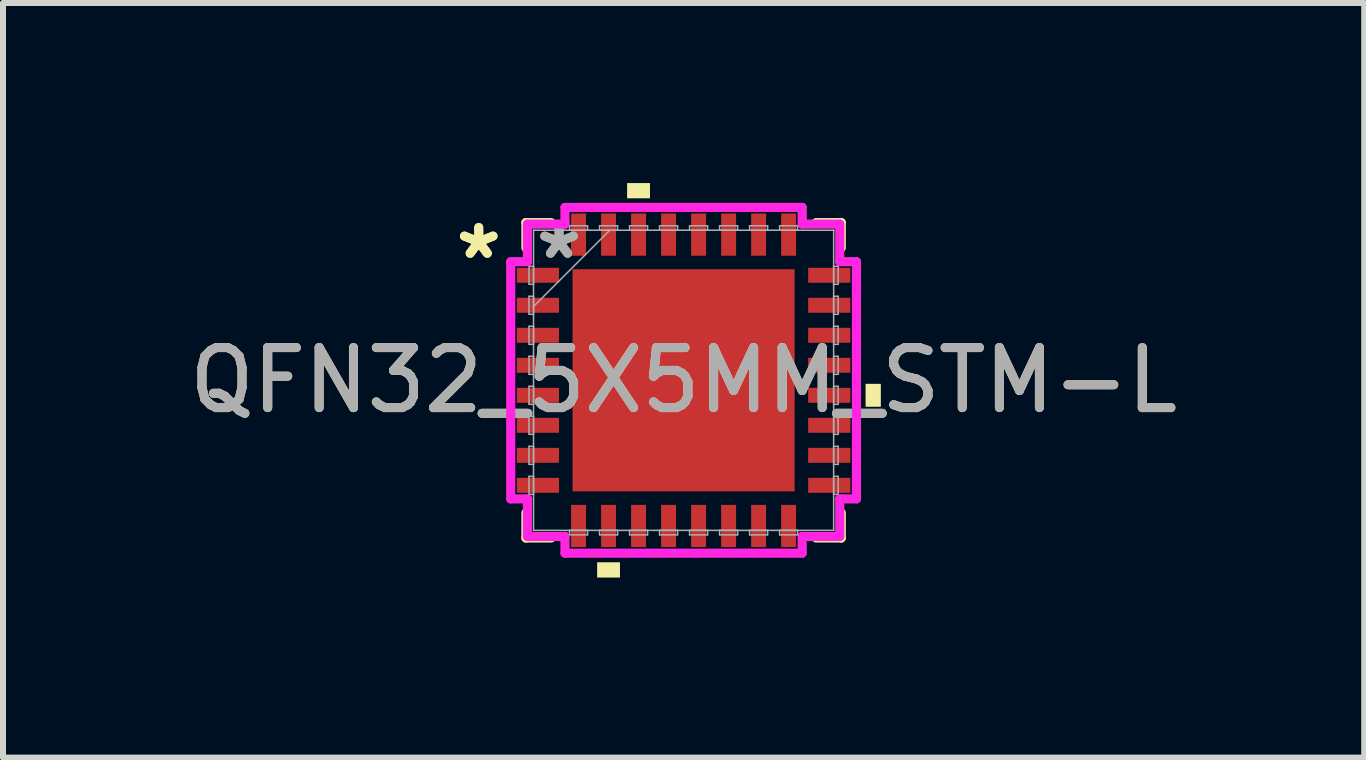
<source format=kicad_pcb>
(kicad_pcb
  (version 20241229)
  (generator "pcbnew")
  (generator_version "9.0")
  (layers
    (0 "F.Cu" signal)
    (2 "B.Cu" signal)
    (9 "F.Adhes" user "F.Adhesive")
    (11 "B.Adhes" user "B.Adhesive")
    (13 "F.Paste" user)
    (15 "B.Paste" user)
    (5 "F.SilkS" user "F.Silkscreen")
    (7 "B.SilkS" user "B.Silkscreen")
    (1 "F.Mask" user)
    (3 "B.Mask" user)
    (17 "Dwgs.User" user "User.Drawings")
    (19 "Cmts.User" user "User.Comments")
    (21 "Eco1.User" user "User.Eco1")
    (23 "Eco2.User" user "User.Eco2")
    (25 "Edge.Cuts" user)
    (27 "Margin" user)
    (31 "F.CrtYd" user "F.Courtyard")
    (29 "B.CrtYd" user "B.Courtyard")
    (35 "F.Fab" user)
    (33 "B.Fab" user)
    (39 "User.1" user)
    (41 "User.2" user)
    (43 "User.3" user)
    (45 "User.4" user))
  (footprint "QFN32_5X5MM_STM-L"
    (layer "F.Cu")
    (at 8.339 3.286)
    (property "Reference" "QFN32_5X5MM_STM-L" (at 0 0 0) (unlocked yes) (layer "F.SilkS") (effects (font (size 1 1) (thickness 0.15))))
    (attr smd)
    (fp_line (start -2.627 -2.627) (end -2.627 -2.207) (stroke (width 0.152) (type solid)) (layer "F.SilkS"))
    (fp_line (start -2.627 2.207) (end -2.627 2.627) (stroke (width 0.152) (type solid)) (layer "F.SilkS"))
    (fp_line (start -2.627 2.627) (end -2.207 2.627) (stroke (width 0.152) (type solid)) (layer "F.SilkS"))
    (fp_line (start -2.207 -2.627) (end -2.627 -2.627) (stroke (width 0.152) (type solid)) (layer "F.SilkS"))
    (fp_line (start 2.207 2.627) (end 2.627 2.627) (stroke (width 0.152) (type solid)) (layer "F.SilkS"))
    (fp_line (start 2.627 -2.627) (end 2.207 -2.627) (stroke (width 0.152) (type solid)) (layer "F.SilkS"))
    (fp_line (start 2.627 -2.207) (end 2.627 -2.627) (stroke (width 0.152) (type solid)) (layer "F.SilkS"))
    (fp_line (start 2.627 2.627) (end 2.627 2.207) (stroke (width 0.152) (type solid)) (layer "F.SilkS"))
    (fp_poly (pts (xy -1.44 3.032) (xy -1.44 3.286) (xy -1.06 3.286) (xy -1.06 3.032)) (stroke (width 0) (type solid)) (fill yes) (layer "F.SilkS"))
    (fp_poly (pts (xy -0.941 -3.032) (xy -0.941 -3.286) (xy -0.56 -3.286) (xy -0.56 -3.032)) (stroke (width 0) (type solid)) (fill yes) (layer "F.SilkS"))
    (fp_poly (pts (xy 3.286 0.059) (xy 3.286 0.441) (xy 3.032 0.441) (xy 3.032 0.059)) (stroke (width 0) (type solid)) (fill yes) (layer "F.SilkS"))
    (fp_poly (pts (xy -1.75 -1.75) (xy -1.75 -0.1) (xy -0.1 -0.1) (xy -0.1 -1.75)) (stroke (width 0) (type solid)) (fill yes) (layer "F.Paste"))
    (fp_poly (pts (xy -1.75 0.1) (xy -1.75 1.75) (xy -0.1 1.75) (xy -0.1 0.1)) (stroke (width 0) (type solid)) (fill yes) (layer "F.Paste"))
    (fp_poly (pts (xy 0.1 -1.75) (xy 0.1 -0.1) (xy 1.75 -0.1) (xy 1.75 -1.75)) (stroke (width 0) (type solid)) (fill yes) (layer "F.Paste"))
    (fp_poly (pts (xy 0.1 0.1) (xy 0.1 1.75) (xy 1.75 1.75) (xy 1.75 0.1)) (stroke (width 0) (type solid)) (fill yes) (layer "F.Paste"))
    (fp_line (start -2.88 -1.976) (end -2.602 -1.976) (stroke (width 0.152) (type solid)) (layer "F.CrtYd"))
    (fp_line (start -2.88 1.976) (end -2.88 -1.976) (stroke (width 0.152) (type solid)) (layer "F.CrtYd"))
    (fp_line (start -2.602 -2.602) (end -1.976 -2.602) (stroke (width 0.152) (type solid)) (layer "F.CrtYd"))
    (fp_line (start -2.602 -1.976) (end -2.602 -2.602) (stroke (width 0.152) (type solid)) (layer "F.CrtYd"))
    (fp_line (start -2.602 1.976) (end -2.88 1.976) (stroke (width 0.152) (type solid)) (layer "F.CrtYd"))
    (fp_line (start -2.602 2.602) (end -2.602 1.976) (stroke (width 0.152) (type solid)) (layer "F.CrtYd"))
    (fp_line (start -1.976 -2.88) (end 1.976 -2.88) (stroke (width 0.152) (type solid)) (layer "F.CrtYd"))
    (fp_line (start -1.976 -2.602) (end -1.976 -2.88) (stroke (width 0.152) (type solid)) (layer "F.CrtYd"))
    (fp_line (start -1.976 2.602) (end -2.602 2.602) (stroke (width 0.152) (type solid)) (layer "F.CrtYd"))
    (fp_line (start -1.976 2.88) (end -1.976 2.602) (stroke (width 0.152) (type solid)) (layer "F.CrtYd"))
    (fp_line (start 1.976 -2.88) (end 1.976 -2.602) (stroke (width 0.152) (type solid)) (layer "F.CrtYd"))
    (fp_line (start 1.976 -2.602) (end 2.602 -2.602) (stroke (width 0.152) (type solid)) (layer "F.CrtYd"))
    (fp_line (start 1.976 2.602) (end 1.976 2.88) (stroke (width 0.152) (type solid)) (layer "F.CrtYd"))
    (fp_line (start 1.976 2.88) (end -1.976 2.88) (stroke (width 0.152) (type solid)) (layer "F.CrtYd"))
    (fp_line (start 2.602 -2.602) (end 2.602 -1.976) (stroke (width 0.152) (type solid)) (layer "F.CrtYd"))
    (fp_line (start 2.602 -1.976) (end 2.88 -1.976) (stroke (width 0.152) (type solid)) (layer "F.CrtYd"))
    (fp_line (start 2.602 1.976) (end 2.602 2.602) (stroke (width 0.152) (type solid)) (layer "F.CrtYd"))
    (fp_line (start 2.602 2.602) (end 1.976 2.602) (stroke (width 0.152) (type solid)) (layer "F.CrtYd"))
    (fp_line (start 2.88 -1.976) (end 2.88 1.976) (stroke (width 0.152) (type solid)) (layer "F.CrtYd"))
    (fp_line (start 2.88 1.976) (end 2.602 1.976) (stroke (width 0.152) (type solid)) (layer "F.CrtYd"))
    (fp_line (start -2.575 -1.9) (end -2.575 -1.6) (stroke (width 0.025) (type solid)) (layer "F.Fab"))
    (fp_line (start -2.575 -1.6) (end -2.5 -1.6) (stroke (width 0.025) (type solid)) (layer "F.Fab"))
    (fp_line (start -2.575 -1.4) (end -2.575 -1.1) (stroke (width 0.025) (type solid)) (layer "F.Fab"))
    (fp_line (start -2.575 -1.1) (end -2.5 -1.1) (stroke (width 0.025) (type solid)) (layer "F.Fab"))
    (fp_line (start -2.575 -0.9) (end -2.575 -0.6) (stroke (width 0.025) (type solid)) (layer "F.Fab"))
    (fp_line (start -2.575 -0.6) (end -2.5 -0.6) (stroke (width 0.025) (type solid)) (layer "F.Fab"))
    (fp_line (start -2.575 -0.4) (end -2.575 -0.1) (stroke (width 0.025) (type solid)) (layer "F.Fab"))
    (fp_line (start -2.575 -0.1) (end -2.5 -0.1) (stroke (width 0.025) (type solid)) (layer "F.Fab"))
    (fp_line (start -2.575 0.1) (end -2.575 0.4) (stroke (width 0.025) (type solid)) (layer "F.Fab"))
    (fp_line (start -2.575 0.4) (end -2.5 0.4) (stroke (width 0.025) (type solid)) (layer "F.Fab"))
    (fp_line (start -2.575 0.6) (end -2.575 0.9) (stroke (width 0.025) (type solid)) (layer "F.Fab"))
    (fp_line (start -2.575 0.9) (end -2.5 0.9) (stroke (width 0.025) (type solid)) (layer "F.Fab"))
    (fp_line (start -2.575 1.1) (end -2.575 1.4) (stroke (width 0.025) (type solid)) (layer "F.Fab"))
    (fp_line (start -2.575 1.4) (end -2.5 1.4) (stroke (width 0.025) (type solid)) (layer "F.Fab"))
    (fp_line (start -2.575 1.6) (end -2.575 1.9) (stroke (width 0.025) (type solid)) (layer "F.Fab"))
    (fp_line (start -2.575 1.9) (end -2.5 1.9) (stroke (width 0.025) (type solid)) (layer "F.Fab"))
    (fp_line (start -2.5 -2.5) (end -2.5 -2.5) (stroke (width 0.025) (type solid)) (layer "F.Fab"))
    (fp_line (start -2.5 -2.5) (end -2.5 2.5) (stroke (width 0.025) (type solid)) (layer "F.Fab"))
    (fp_line (start -2.5 -1.9) (end -2.575 -1.9) (stroke (width 0.025) (type solid)) (layer "F.Fab"))
    (fp_line (start -2.5 -1.6) (end -2.5 -1.9) (stroke (width 0.025) (type solid)) (layer "F.Fab"))
    (fp_line (start -2.5 -1.4) (end -2.575 -1.4) (stroke (width 0.025) (type solid)) (layer "F.Fab"))
    (fp_line (start -2.5 -1.23) (end -1.23 -2.5) (stroke (width 0.025) (type solid)) (layer "F.Fab"))
    (fp_line (start -2.5 -1.1) (end -2.5 -1.4) (stroke (width 0.025) (type solid)) (layer "F.Fab"))
    (fp_line (start -2.5 -0.9) (end -2.575 -0.9) (stroke (width 0.025) (type solid)) (layer "F.Fab"))
    (fp_line (start -2.5 -0.6) (end -2.5 -0.9) (stroke (width 0.025) (type solid)) (layer "F.Fab"))
    (fp_line (start -2.5 -0.4) (end -2.575 -0.4) (stroke (width 0.025) (type solid)) (layer "F.Fab"))
    (fp_line (start -2.5 -0.1) (end -2.5 -0.4) (stroke (width 0.025) (type solid)) (layer "F.Fab"))
    (fp_line (start -2.5 0.1) (end -2.575 0.1) (stroke (width 0.025) (type solid)) (layer "F.Fab"))
    (fp_line (start -2.5 0.4) (end -2.5 0.1) (stroke (width 0.025) (type solid)) (layer "F.Fab"))
    (fp_line (start -2.5 0.6) (end -2.575 0.6) (stroke (width 0.025) (type solid)) (layer "F.Fab"))
    (fp_line (start -2.5 0.9) (end -2.5 0.6) (stroke (width 0.025) (type solid)) (layer "F.Fab"))
    (fp_line (start -2.5 1.1) (end -2.575 1.1) (stroke (width 0.025) (type solid)) (layer "F.Fab"))
    (fp_line (start -2.5 1.4) (end -2.5 1.1) (stroke (width 0.025) (type solid)) (layer "F.Fab"))
    (fp_line (start -2.5 1.6) (end -2.575 1.6) (stroke (width 0.025) (type solid)) (layer "F.Fab"))
    (fp_line (start -2.5 1.9) (end -2.5 1.6) (stroke (width 0.025) (type solid)) (layer "F.Fab"))
    (fp_line (start -2.5 2.5) (end -2.5 2.5) (stroke (width 0.025) (type solid)) (layer "F.Fab"))
    (fp_line (start -2.5 2.5) (end 2.5 2.5) (stroke (width 0.025) (type solid)) (layer "F.Fab"))
    (fp_line (start -1.9 -2.575) (end -1.9 -2.5) (stroke (width 0.025) (type solid)) (layer "F.Fab"))
    (fp_line (start -1.9 -2.5) (end -1.6 -2.5) (stroke (width 0.025) (type solid)) (layer "F.Fab"))
    (fp_line (start -1.9 2.5) (end -1.9 2.575) (stroke (width 0.025) (type solid)) (layer "F.Fab"))
    (fp_line (start -1.9 2.575) (end -1.6 2.575) (stroke (width 0.025) (type solid)) (layer "F.Fab"))
    (fp_line (start -1.6 -2.575) (end -1.9 -2.575) (stroke (width 0.025) (type solid)) (layer "F.Fab"))
    (fp_line (start -1.6 -2.5) (end -1.6 -2.575) (stroke (width 0.025) (type solid)) (layer "F.Fab"))
    (fp_line (start -1.6 2.5) (end -1.9 2.5) (stroke (width 0.025) (type solid)) (layer "F.Fab"))
    (fp_line (start -1.6 2.575) (end -1.6 2.5) (stroke (width 0.025) (type solid)) (layer "F.Fab"))
    (fp_line (start -1.4 -2.575) (end -1.4 -2.5) (stroke (width 0.025) (type solid)) (layer "F.Fab"))
    (fp_line (start -1.4 -2.5) (end -1.1 -2.5) (stroke (width 0.025) (type solid)) (layer "F.Fab"))
    (fp_line (start -1.4 2.5) (end -1.4 2.575) (stroke (width 0.025) (type solid)) (layer "F.Fab"))
    (fp_line (start -1.4 2.575) (end -1.1 2.575) (stroke (width 0.025) (type solid)) (layer "F.Fab"))
    (fp_line (start -1.1 -2.575) (end -1.4 -2.575) (stroke (width 0.025) (type solid)) (layer "F.Fab"))
    (fp_line (start -1.1 -2.5) (end -1.1 -2.575) (stroke (width 0.025) (type solid)) (layer "F.Fab"))
    (fp_line (start -1.1 2.5) (end -1.4 2.5) (stroke (width 0.025) (type solid)) (layer "F.Fab"))
    (fp_line (start -1.1 2.575) (end -1.1 2.5) (stroke (width 0.025) (type solid)) (layer "F.Fab"))
    (fp_line (start -0.9 -2.575) (end -0.9 -2.5) (stroke (width 0.025) (type solid)) (layer "F.Fab"))
    (fp_line (start -0.9 -2.5) (end -0.6 -2.5) (stroke (width 0.025) (type solid)) (layer "F.Fab"))
    (fp_line (start -0.9 2.5) (end -0.9 2.575) (stroke (width 0.025) (type solid)) (layer "F.Fab"))
    (fp_line (start -0.9 2.575) (end -0.6 2.575) (stroke (width 0.025) (type solid)) (layer "F.Fab"))
    (fp_line (start -0.6 -2.575) (end -0.9 -2.575) (stroke (width 0.025) (type solid)) (layer "F.Fab"))
    (fp_line (start -0.6 -2.5) (end -0.6 -2.575) (stroke (width 0.025) (type solid)) (layer "F.Fab"))
    (fp_line (start -0.6 2.5) (end -0.9 2.5) (stroke (width 0.025) (type solid)) (layer "F.Fab"))
    (fp_line (start -0.6 2.575) (end -0.6 2.5) (stroke (width 0.025) (type solid)) (layer "F.Fab"))
    (fp_line (start -0.4 -2.575) (end -0.4 -2.5) (stroke (width 0.025) (type solid)) (layer "F.Fab"))
    (fp_line (start -0.4 -2.5) (end -0.1 -2.5) (stroke (width 0.025) (type solid)) (layer "F.Fab"))
    (fp_line (start -0.4 2.5) (end -0.4 2.575) (stroke (width 0.025) (type solid)) (layer "F.Fab"))
    (fp_line (start -0.4 2.575) (end -0.1 2.575) (stroke (width 0.025) (type solid)) (layer "F.Fab"))
    (fp_line (start -0.1 -2.575) (end -0.4 -2.575) (stroke (width 0.025) (type solid)) (layer "F.Fab"))
    (fp_line (start -0.1 -2.5) (end -0.1 -2.575) (stroke (width 0.025) (type solid)) (layer "F.Fab"))
    (fp_line (start -0.1 2.5) (end -0.4 2.5) (stroke (width 0.025) (type solid)) (layer "F.Fab"))
    (fp_line (start -0.1 2.575) (end -0.1 2.5) (stroke (width 0.025) (type solid)) (layer "F.Fab"))
    (fp_line (start 0.1 -2.575) (end 0.1 -2.5) (stroke (width 0.025) (type solid)) (layer "F.Fab"))
    (fp_line (start 0.1 -2.5) (end 0.4 -2.5) (stroke (width 0.025) (type solid)) (layer "F.Fab"))
    (fp_line (start 0.1 2.5) (end 0.1 2.575) (stroke (width 0.025) (type solid)) (layer "F.Fab"))
    (fp_line (start 0.1 2.575) (end 0.4 2.575) (stroke (width 0.025) (type solid)) (layer "F.Fab"))
    (fp_line (start 0.4 -2.575) (end 0.1 -2.575) (stroke (width 0.025) (type solid)) (layer "F.Fab"))
    (fp_line (start 0.4 -2.5) (end 0.4 -2.575) (stroke (width 0.025) (type solid)) (layer "F.Fab"))
    (fp_line (start 0.4 2.5) (end 0.1 2.5) (stroke (width 0.025) (type solid)) (layer "F.Fab"))
    (fp_line (start 0.4 2.575) (end 0.4 2.5) (stroke (width 0.025) (type solid)) (layer "F.Fab"))
    (fp_line (start 0.6 -2.575) (end 0.6 -2.5) (stroke (width 0.025) (type solid)) (layer "F.Fab"))
    (fp_line (start 0.6 -2.5) (end 0.9 -2.5) (stroke (width 0.025) (type solid)) (layer "F.Fab"))
    (fp_line (start 0.6 2.5) (end 0.6 2.575) (stroke (width 0.025) (type solid)) (layer "F.Fab"))
    (fp_line (start 0.6 2.575) (end 0.9 2.575) (stroke (width 0.025) (type solid)) (layer "F.Fab"))
    (fp_line (start 0.9 -2.575) (end 0.6 -2.575) (stroke (width 0.025) (type solid)) (layer "F.Fab"))
    (fp_line (start 0.9 -2.5) (end 0.9 -2.575) (stroke (width 0.025) (type solid)) (layer "F.Fab"))
    (fp_line (start 0.9 2.5) (end 0.6 2.5) (stroke (width 0.025) (type solid)) (layer "F.Fab"))
    (fp_line (start 0.9 2.575) (end 0.9 2.5) (stroke (width 0.025) (type solid)) (layer "F.Fab"))
    (fp_line (start 1.1 -2.575) (end 1.1 -2.5) (stroke (width 0.025) (type solid)) (layer "F.Fab"))
    (fp_line (start 1.1 -2.5) (end 1.4 -2.5) (stroke (width 0.025) (type solid)) (layer "F.Fab"))
    (fp_line (start 1.1 2.5) (end 1.1 2.575) (stroke (width 0.025) (type solid)) (layer "F.Fab"))
    (fp_line (start 1.1 2.575) (end 1.4 2.575) (stroke (width 0.025) (type solid)) (layer "F.Fab"))
    (fp_line (start 1.4 -2.575) (end 1.1 -2.575) (stroke (width 0.025) (type solid)) (layer "F.Fab"))
    (fp_line (start 1.4 -2.5) (end 1.4 -2.575) (stroke (width 0.025) (type solid)) (layer "F.Fab"))
    (fp_line (start 1.4 2.5) (end 1.1 2.5) (stroke (width 0.025) (type solid)) (layer "F.Fab"))
    (fp_line (start 1.4 2.575) (end 1.4 2.5) (stroke (width 0.025) (type solid)) (layer "F.Fab"))
    (fp_line (start 1.6 -2.575) (end 1.6 -2.5) (stroke (width 0.025) (type solid)) (layer "F.Fab"))
    (fp_line (start 1.6 -2.5) (end 1.9 -2.5) (stroke (width 0.025) (type solid)) (layer "F.Fab"))
    (fp_line (start 1.6 2.5) (end 1.6 2.575) (stroke (width 0.025) (type solid)) (layer "F.Fab"))
    (fp_line (start 1.6 2.575) (end 1.9 2.575) (stroke (width 0.025) (type solid)) (layer "F.Fab"))
    (fp_line (start 1.9 -2.575) (end 1.6 -2.575) (stroke (width 0.025) (type solid)) (layer "F.Fab"))
    (fp_line (start 1.9 -2.5) (end 1.9 -2.575) (stroke (width 0.025) (type solid)) (layer "F.Fab"))
    (fp_line (start 1.9 2.5) (end 1.6 2.5) (stroke (width 0.025) (type solid)) (layer "F.Fab"))
    (fp_line (start 1.9 2.575) (end 1.9 2.5) (stroke (width 0.025) (type solid)) (layer "F.Fab"))
    (fp_line (start 2.5 -2.5) (end -2.5 -2.5) (stroke (width 0.025) (type solid)) (layer "F.Fab"))
    (fp_line (start 2.5 -2.5) (end 2.5 -2.5) (stroke (width 0.025) (type solid)) (layer "F.Fab"))
    (fp_line (start 2.5 -1.9) (end 2.5 -1.6) (stroke (width 0.025) (type solid)) (layer "F.Fab"))
    (fp_line (start 2.5 -1.6) (end 2.575 -1.6) (stroke (width 0.025) (type solid)) (layer "F.Fab"))
    (fp_line (start 2.5 -1.4) (end 2.5 -1.1) (stroke (width 0.025) (type solid)) (layer "F.Fab"))
    (fp_line (start 2.5 -1.1) (end 2.575 -1.1) (stroke (width 0.025) (type solid)) (layer "F.Fab"))
    (fp_line (start 2.5 -0.9) (end 2.5 -0.6) (stroke (width 0.025) (type solid)) (layer "F.Fab"))
    (fp_line (start 2.5 -0.6) (end 2.575 -0.6) (stroke (width 0.025) (type solid)) (layer "F.Fab"))
    (fp_line (start 2.5 -0.4) (end 2.5 -0.1) (stroke (width 0.025) (type solid)) (layer "F.Fab"))
    (fp_line (start 2.5 -0.1) (end 2.575 -0.1) (stroke (width 0.025) (type solid)) (layer "F.Fab"))
    (fp_line (start 2.5 0.1) (end 2.5 0.4) (stroke (width 0.025) (type solid)) (layer "F.Fab"))
    (fp_line (start 2.5 0.4) (end 2.575 0.4) (stroke (width 0.025) (type solid)) (layer "F.Fab"))
    (fp_line (start 2.5 0.6) (end 2.5 0.9) (stroke (width 0.025) (type solid)) (layer "F.Fab"))
    (fp_line (start 2.5 0.9) (end 2.575 0.9) (stroke (width 0.025) (type solid)) (layer "F.Fab"))
    (fp_line (start 2.5 1.1) (end 2.5 1.4) (stroke (width 0.025) (type solid)) (layer "F.Fab"))
    (fp_line (start 2.5 1.4) (end 2.575 1.4) (stroke (width 0.025) (type solid)) (layer "F.Fab"))
    (fp_line (start 2.5 1.6) (end 2.5 1.9) (stroke (width 0.025) (type solid)) (layer "F.Fab"))
    (fp_line (start 2.5 1.9) (end 2.575 1.9) (stroke (width 0.025) (type solid)) (layer "F.Fab"))
    (fp_line (start 2.5 2.5) (end 2.5 -2.5) (stroke (width 0.025) (type solid)) (layer "F.Fab"))
    (fp_line (start 2.5 2.5) (end 2.5 2.5) (stroke (width 0.025) (type solid)) (layer "F.Fab"))
    (fp_line (start 2.575 -1.9) (end 2.5 -1.9) (stroke (width 0.025) (type solid)) (layer "F.Fab"))
    (fp_line (start 2.575 -1.6) (end 2.575 -1.9) (stroke (width 0.025) (type solid)) (layer "F.Fab"))
    (fp_line (start 2.575 -1.4) (end 2.5 -1.4) (stroke (width 0.025) (type solid)) (layer "F.Fab"))
    (fp_line (start 2.575 -1.1) (end 2.575 -1.4) (stroke (width 0.025) (type solid)) (layer "F.Fab"))
    (fp_line (start 2.575 -0.9) (end 2.5 -0.9) (stroke (width 0.025) (type solid)) (layer "F.Fab"))
    (fp_line (start 2.575 -0.6) (end 2.575 -0.9) (stroke (width 0.025) (type solid)) (layer "F.Fab"))
    (fp_line (start 2.575 -0.4) (end 2.5 -0.4) (stroke (width 0.025) (type solid)) (layer "F.Fab"))
    (fp_line (start 2.575 -0.1) (end 2.575 -0.4) (stroke (width 0.025) (type solid)) (layer "F.Fab"))
    (fp_line (start 2.575 0.1) (end 2.5 0.1) (stroke (width 0.025) (type solid)) (layer "F.Fab"))
    (fp_line (start 2.575 0.4) (end 2.575 0.1) (stroke (width 0.025) (type solid)) (layer "F.Fab"))
    (fp_line (start 2.575 0.6) (end 2.5 0.6) (stroke (width 0.025) (type solid)) (layer "F.Fab"))
    (fp_line (start 2.575 0.9) (end 2.575 0.6) (stroke (width 0.025) (type solid)) (layer "F.Fab"))
    (fp_line (start 2.575 1.1) (end 2.5 1.1) (stroke (width 0.025) (type solid)) (layer "F.Fab"))
    (fp_line (start 2.575 1.4) (end 2.575 1.1) (stroke (width 0.025) (type solid)) (layer "F.Fab"))
    (fp_line (start 2.575 1.6) (end 2.5 1.6) (stroke (width 0.025) (type solid)) (layer "F.Fab"))
    (fp_line (start 2.575 1.9) (end 2.575 1.6) (stroke (width 0.025) (type solid)) (layer "F.Fab"))
    (fp_text user "*" (at -3.413 -2 0) (unlocked yes) (layer "F.SilkS") (effects (font (size 1 1) (thickness 0.15))))
    (fp_text user "*" (at -3.413 -2 0) (layer "F.SilkS") (effects (font (size 1 1) (thickness 0.15))))
    (fp_text user "*" (at -2.075 -2 0) (layer "F.Fab") (effects (font (size 1 1) (thickness 0.15))))
    (fp_text user "${REFERENCE}" (at 0 0 0) (unlocked yes) (layer "F.Fab") (effects (font (size 1 1) (thickness 0.15))))
    (fp_text user "*" (at -2.075 -2 0) (unlocked yes) (layer "F.Fab") (effects (font (size 1 1) (thickness 0.15))))
    (pad "1" smd rect (at -2.427 -1.75 90) (size 0.249 0.703) (layers "F.Cu" "F.Mask" "F.Paste"))
    (pad "2" smd rect (at -2.427 -1.25 90) (size 0.249 0.703) (layers "F.Cu" "F.Mask" "F.Paste"))
    (pad "3" smd rect (at -2.427 -0.75 90) (size 0.249 0.703) (layers "F.Cu" "F.Mask" "F.Paste"))
    (pad "4" smd rect (at -2.427 -0.25 90) (size 0.249 0.703) (layers "F.Cu" "F.Mask" "F.Paste"))
    (pad "5" smd rect (at -2.427 0.25 90) (size 0.249 0.703) (layers "F.Cu" "F.Mask" "F.Paste"))
    (pad "6" smd rect (at -2.427 0.75 90) (size 0.249 0.703) (layers "F.Cu" "F.Mask" "F.Paste"))
    (pad "7" smd rect (at -2.427 1.25 90) (size 0.249 0.703) (layers "F.Cu" "F.Mask" "F.Paste"))
    (pad "8" smd rect (at -2.427 1.75 90) (size 0.249 0.703) (layers "F.Cu" "F.Mask" "F.Paste"))
    (pad "9" smd rect (at -1.75 2.427) (size 0.249 0.703) (layers "F.Cu" "F.Mask" "F.Paste"))
    (pad "10" smd rect (at -1.25 2.427) (size 0.249 0.703) (layers "F.Cu" "F.Mask" "F.Paste"))
    (pad "11" smd rect (at -0.75 2.427) (size 0.249 0.703) (layers "F.Cu" "F.Mask" "F.Paste"))
    (pad "12" smd rect (at -0.25 2.427) (size 0.249 0.703) (layers "F.Cu" "F.Mask" "F.Paste"))
    (pad "13" smd rect (at 0.25 2.427) (size 0.249 0.703) (layers "F.Cu" "F.Mask" "F.Paste"))
    (pad "14" smd rect (at 0.75 2.427) (size 0.249 0.703) (layers "F.Cu" "F.Mask" "F.Paste"))
    (pad "15" smd rect (at 1.25 2.427) (size 0.249 0.703) (layers "F.Cu" "F.Mask" "F.Paste"))
    (pad "16" smd rect (at 1.75 2.427) (size 0.249 0.703) (layers "F.Cu" "F.Mask" "F.Paste"))
    (pad "17" smd rect (at 2.427 1.75 90) (size 0.249 0.703) (layers "F.Cu" "F.Mask" "F.Paste"))
    (pad "18" smd rect (at 2.427 1.25 90) (size 0.249 0.703) (layers "F.Cu" "F.Mask" "F.Paste"))
    (pad "19" smd rect (at 2.427 0.75 90) (size 0.249 0.703) (layers "F.Cu" "F.Mask" "F.Paste"))
    (pad "20" smd rect (at 2.427 0.25 90) (size 0.249 0.703) (layers "F.Cu" "F.Mask" "F.Paste"))
    (pad "21" smd rect (at 2.427 -0.25 90) (size 0.249 0.703) (layers "F.Cu" "F.Mask" "F.Paste"))
    (pad "22" smd rect (at 2.427 -0.75 90) (size 0.249 0.703) (layers "F.Cu" "F.Mask" "F.Paste"))
    (pad "23" smd rect (at 2.427 -1.25 90) (size 0.249 0.703) (layers "F.Cu" "F.Mask" "F.Paste"))
    (pad "24" smd rect (at 2.427 -1.75 90) (size 0.249 0.703) (layers "F.Cu" "F.Mask" "F.Paste"))
    (pad "25" smd rect (at 1.75 -2.427) (size 0.249 0.703) (layers "F.Cu" "F.Mask" "F.Paste"))
    (pad "26" smd rect (at 1.25 -2.427) (size 0.249 0.703) (layers "F.Cu" "F.Mask" "F.Paste"))
    (pad "27" smd rect (at 0.75 -2.427) (size 0.249 0.703) (layers "F.Cu" "F.Mask" "F.Paste"))
    (pad "28" smd rect (at 0.25 -2.427) (size 0.249 0.703) (layers "F.Cu" "F.Mask" "F.Paste"))
    (pad "29" smd rect (at -0.25 -2.427) (size 0.249 0.703) (layers "F.Cu" "F.Mask" "F.Paste"))
    (pad "30" smd rect (at -0.75 -2.427) (size 0.249 0.703) (layers "F.Cu" "F.Mask" "F.Paste"))
    (pad "31" smd rect (at -1.25 -2.427) (size 0.249 0.703) (layers "F.Cu" "F.Mask" "F.Paste"))
    (pad "32" smd rect (at -1.75 -2.427) (size 0.249 0.703) (layers "F.Cu" "F.Mask" "F.Paste"))
    (pad "33" smd rect (at 0 0) (size 3.7 3.7) (layers "F.Cu" "F.Mask" "F.Paste")))
  (gr_rect
    (start -3 -3)
    (end 19.679 9.572)
    (stroke (width 0.1) (type default))
    (fill no)
    (layer "Edge.Cuts")))
</source>
